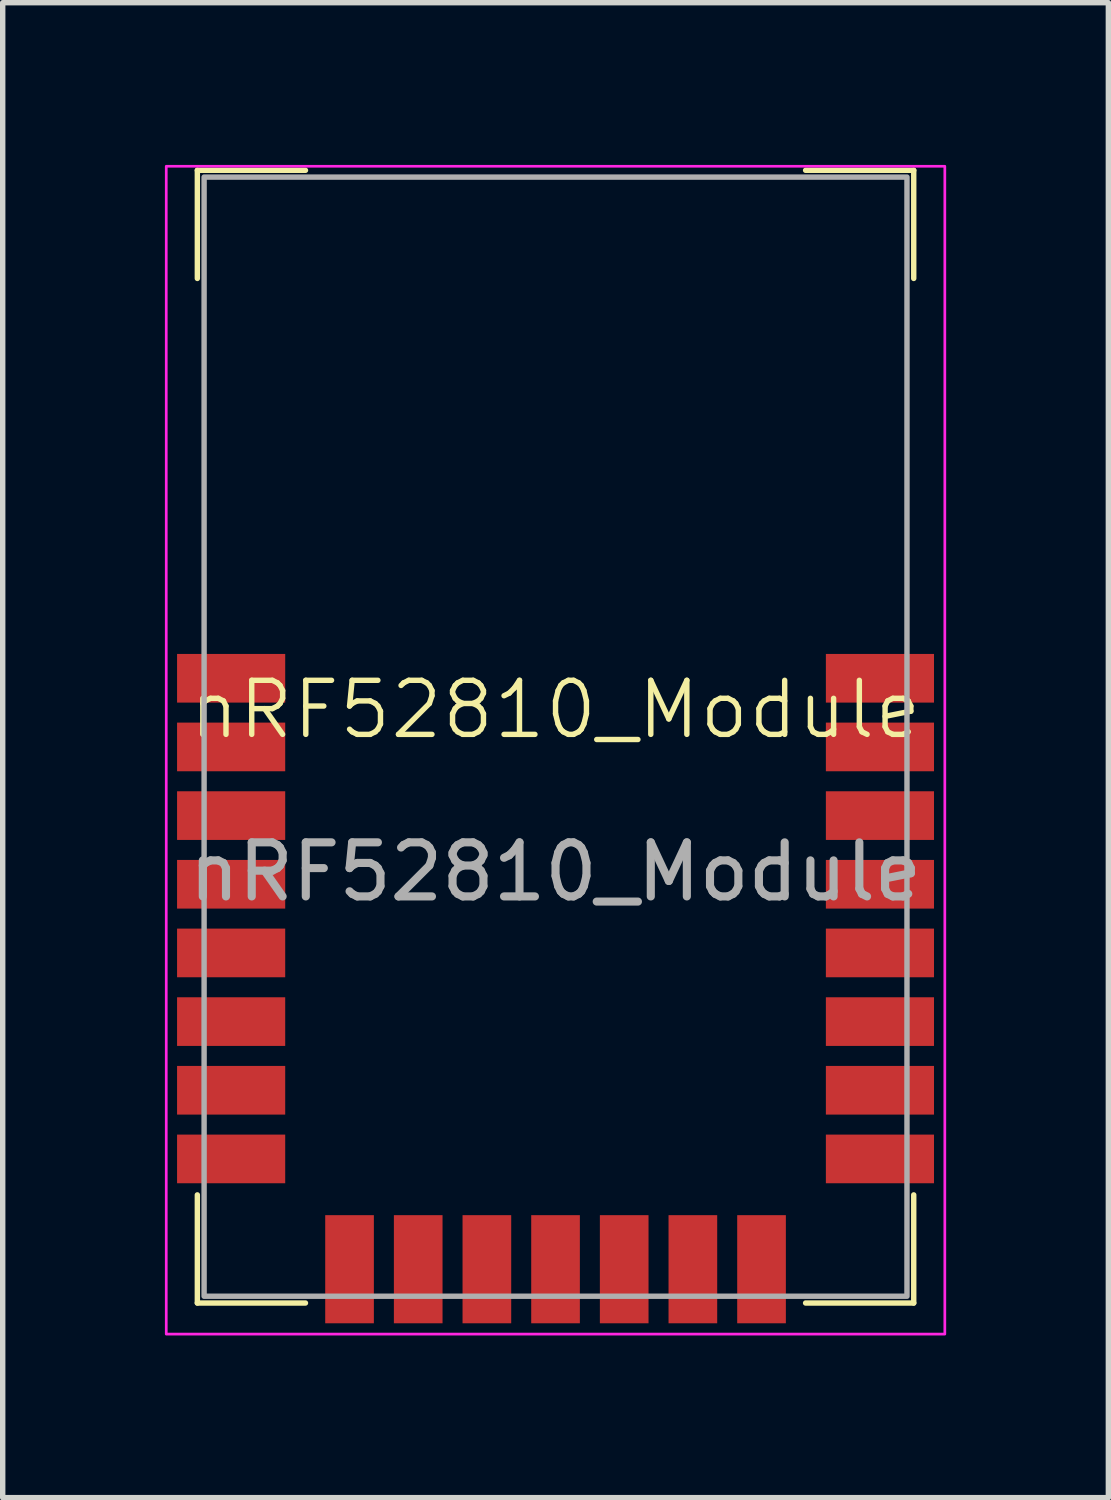
<source format=kicad_pcb>
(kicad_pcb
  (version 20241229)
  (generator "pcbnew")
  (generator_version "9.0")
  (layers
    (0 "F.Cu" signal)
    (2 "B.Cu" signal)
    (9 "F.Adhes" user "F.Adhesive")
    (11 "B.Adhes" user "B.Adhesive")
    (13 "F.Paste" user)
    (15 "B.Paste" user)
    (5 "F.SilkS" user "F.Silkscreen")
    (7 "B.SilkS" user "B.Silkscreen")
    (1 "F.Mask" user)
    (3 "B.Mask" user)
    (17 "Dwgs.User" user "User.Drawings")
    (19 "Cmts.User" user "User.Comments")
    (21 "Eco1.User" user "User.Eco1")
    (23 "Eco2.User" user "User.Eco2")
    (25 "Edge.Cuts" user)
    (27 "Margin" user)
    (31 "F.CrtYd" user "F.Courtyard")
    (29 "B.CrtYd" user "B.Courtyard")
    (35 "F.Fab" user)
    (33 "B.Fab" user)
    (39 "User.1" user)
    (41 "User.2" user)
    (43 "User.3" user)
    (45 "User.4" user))
  (footprint "nRF52810_Module"
    (layer "F.Cu")
    (at 7.225 10.575)
    (property "Reference" "nRF52810_Module" (at 0 -0.5 0) (unlocked yes) (layer "F.SilkS") (effects (font (size 1 1) (thickness 0.1))))
    (attr smd)
    (fp_line (start -6.625 -10.475) (end -6.625 -8.475) (stroke (width 0.1) (type default)) (layer "F.SilkS"))
    (fp_line (start -6.625 -10.475) (end -4.625 -10.475) (stroke (width 0.1) (type default)) (layer "F.SilkS"))
    (fp_line (start -6.625 10.475) (end -6.625 8.475) (stroke (width 0.1) (type default)) (layer "F.SilkS"))
    (fp_line (start -6.625 10.475) (end -4.625 10.475) (stroke (width 0.1) (type default)) (layer "F.SilkS"))
    (fp_line (start 6.625 -10.475) (end 4.625 -10.475) (stroke (width 0.1) (type default)) (layer "F.SilkS"))
    (fp_line (start 6.625 -10.475) (end 6.625 -8.475) (stroke (width 0.1) (type default)) (layer "F.SilkS"))
    (fp_line (start 6.625 10.475) (end 4.625 10.475) (stroke (width 0.1) (type default)) (layer "F.SilkS"))
    (fp_line (start 6.625 10.475) (end 6.625 8.475) (stroke (width 0.1) (type default)) (layer "F.SilkS"))
    (fp_rect (start -7.2 -10.55) (end 7.2 11.05) (stroke (width 0.05) (type default)) (fill no) (layer "F.CrtYd"))
    (fp_rect (start -6.5 -10.35) (end 6.5 10.35) (stroke (width 0.1) (type default)) (fill no) (layer "F.Fab"))
    (fp_text user "${REFERENCE}" (at 0 2.5 0) (unlocked yes) (layer "F.Fab") (effects (font (size 1 1) (thickness 0.15))))
    (pad "1" smd rect (at -6 -1.08) (size 2 0.9) (layers "F.Cu" "F.Mask" "F.Paste"))
    (pad "2" smd rect (at -6 0.19) (size 2 0.9) (layers "F.Cu" "F.Mask" "F.Paste"))
    (pad "3" smd rect (at -6 1.46) (size 2 0.9) (layers "F.Cu" "F.Mask" "F.Paste"))
    (pad "4" smd rect (at -6 2.73) (size 2 0.9) (layers "F.Cu" "F.Mask" "F.Paste"))
    (pad "5" smd rect (at -6 4) (size 2 0.9) (layers "F.Cu" "F.Mask" "F.Paste"))
    (pad "6" smd rect (at -6 5.27) (size 2 0.9) (layers "F.Cu" "F.Mask" "F.Paste"))
    (pad "7" smd rect (at -6 6.54) (size 2 0.9) (layers "F.Cu" "F.Mask" "F.Paste"))
    (pad "8" smd rect (at -6 7.81) (size 2 0.9) (layers "F.Cu" "F.Mask" "F.Paste"))
    (pad "9" smd rect (at -3.81 9.85) (size 0.9 2) (layers "F.Cu" "F.Mask" "F.Paste"))
    (pad "10" smd rect (at -2.54 9.85) (size 0.9 2) (layers "F.Cu" "F.Mask" "F.Paste"))
    (pad "11" smd rect (at -1.27 9.85) (size 0.9 2) (layers "F.Cu" "F.Mask" "F.Paste"))
    (pad "12" smd rect (at 0 9.85) (size 0.9 2) (layers "F.Cu" "F.Mask" "F.Paste"))
    (pad "13" smd rect (at 1.27 9.85) (size 0.9 2) (layers "F.Cu" "F.Mask" "F.Paste"))
    (pad "14" smd rect (at 2.54 9.85) (size 0.9 2) (layers "F.Cu" "F.Mask" "F.Paste"))
    (pad "15" smd rect (at 3.81 9.85) (size 0.9 2) (layers "F.Cu" "F.Mask" "F.Paste"))
    (pad "16" smd rect (at 6 7.81) (size 2 0.9) (layers "F.Cu" "F.Mask" "F.Paste"))
    (pad "17" smd rect (at 6 6.54) (size 2 0.9) (layers "F.Cu" "F.Mask" "F.Paste"))
    (pad "18" smd rect (at 6 5.27) (size 2 0.9) (layers "F.Cu" "F.Mask" "F.Paste"))
    (pad "19" smd rect (at 6 4) (size 2 0.9) (layers "F.Cu" "F.Mask" "F.Paste"))
    (pad "20" smd rect (at 6 2.73) (size 2 0.9) (layers "F.Cu" "F.Mask" "F.Paste"))
    (pad "21" smd rect (at 6 1.46) (size 2 0.9) (layers "F.Cu" "F.Mask" "F.Paste"))
    (pad "22" smd rect (at 6 0.19) (size 2 0.9) (layers "F.Cu" "F.Mask" "F.Paste"))
    (pad "23" smd rect (at 6 -1.08) (size 2 0.9) (layers "F.Cu" "F.Mask" "F.Paste"))
    (zone (net_name "") (layers "F.Cu" "B.Cu" "F.Fab") (hatch edge 0.5) (connect_pads) (min_thickness 0.25) (filled_areas_thickness no) (keepout (tracks not_allowed) (vias not_allowed) (pads not_allowed) (copperpour not_allowed) (footprints not_allowed)) (placement (enabled no)) (fill) (polygon (pts (xy 0.725 0.225) (xy 0.725 7.225) (xy 13.725 7.225) (xy 13.725 0.225)))))
  (gr_rect
    (start -3 -3)
    (end 17.45 24.65)
    (stroke (width 0.1) (type default))
    (fill no)
    (layer "Edge.Cuts")))
</source>
